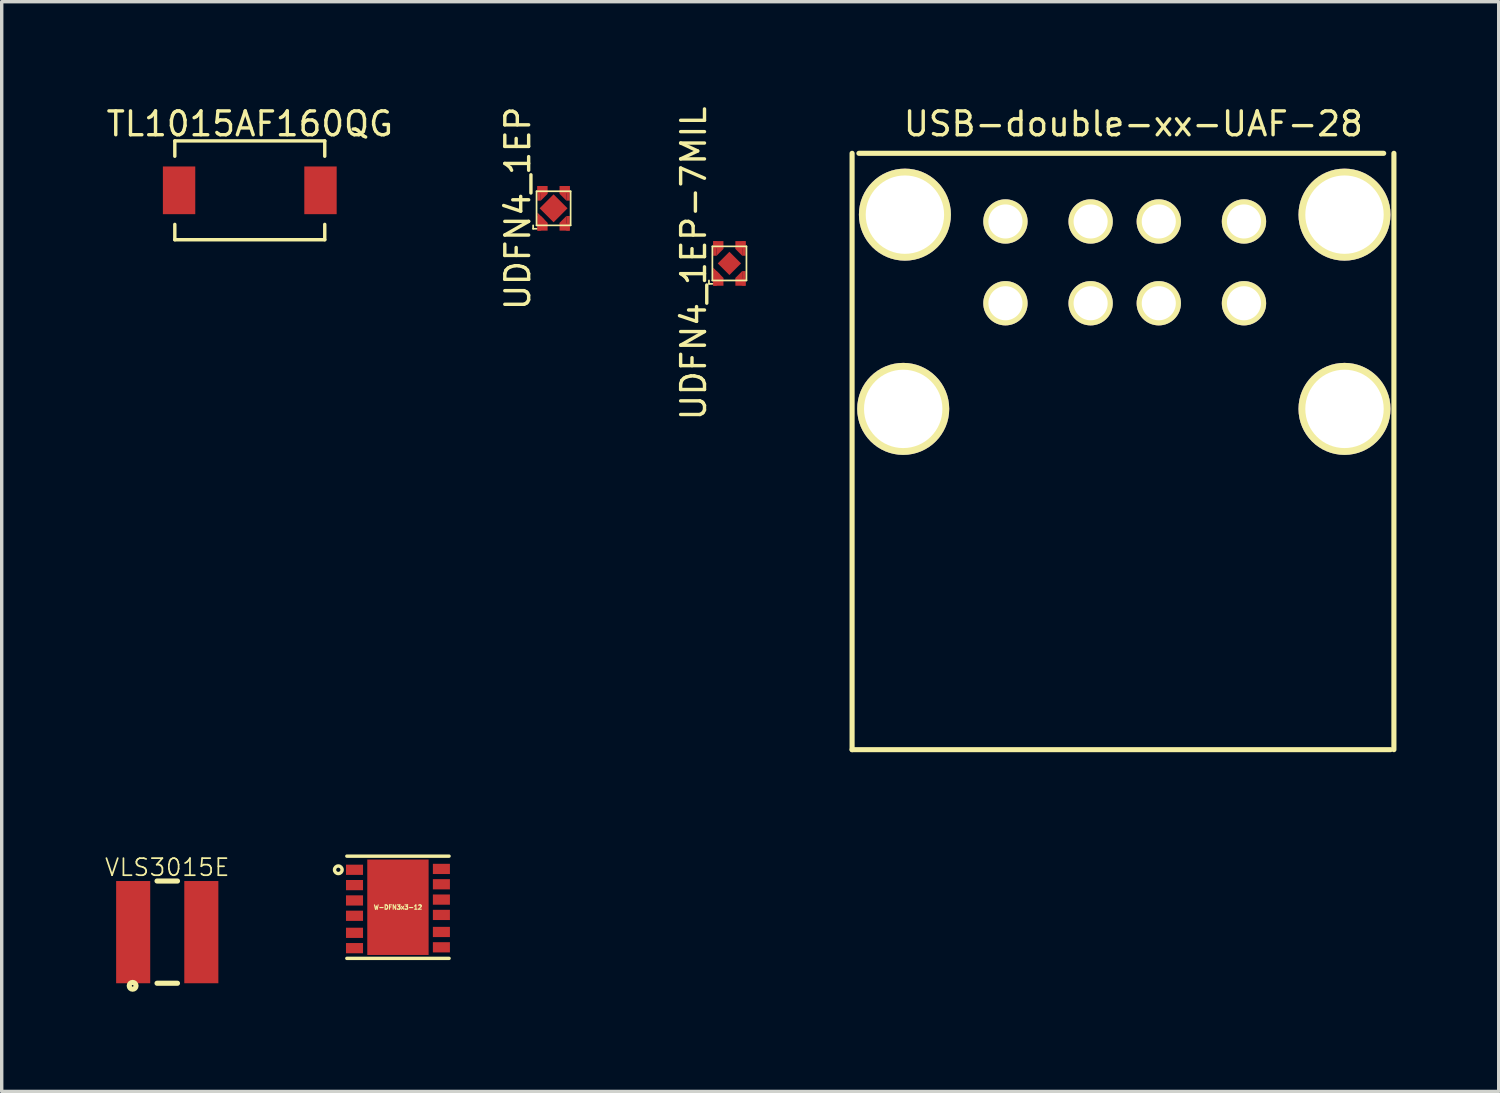
<source format=kicad_pcb>
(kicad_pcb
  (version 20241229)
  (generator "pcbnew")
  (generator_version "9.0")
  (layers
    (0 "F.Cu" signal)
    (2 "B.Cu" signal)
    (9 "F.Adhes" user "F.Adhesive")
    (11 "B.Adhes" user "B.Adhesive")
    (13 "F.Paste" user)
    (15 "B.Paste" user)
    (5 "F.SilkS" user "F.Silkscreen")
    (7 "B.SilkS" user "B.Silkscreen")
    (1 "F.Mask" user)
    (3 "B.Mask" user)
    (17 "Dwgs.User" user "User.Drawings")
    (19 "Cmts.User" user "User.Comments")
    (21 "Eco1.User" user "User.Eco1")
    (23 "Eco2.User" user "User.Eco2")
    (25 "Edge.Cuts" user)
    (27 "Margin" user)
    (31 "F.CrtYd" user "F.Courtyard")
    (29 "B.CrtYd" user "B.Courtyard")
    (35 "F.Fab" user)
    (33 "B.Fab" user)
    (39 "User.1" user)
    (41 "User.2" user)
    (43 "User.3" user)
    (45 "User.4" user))
  (footprint "VLS3015E"
    (layer "F.Cu")
    (at 1.858 24.304)
    (property "Reference" "VLS3015E" (at 0 -1.9 0) (layer "F.SilkS") (effects (font (size 0.5 0.5) (thickness 0.05))))
    (attr through_hole)
    (fp_line (start -0.3 -1.5) (end 0.3 -1.5) (stroke (width 0.15) (type solid)) (layer "F.SilkS"))
    (fp_line (start -0.3 1.5) (end 0.3 1.5) (stroke (width 0.15) (type solid)) (layer "F.SilkS"))
    (fp_circle (center -1.016 1.575) (end -1.016 1.6) (stroke (width 0.15) (type solid)) (fill no) (layer "F.SilkS"))
    (pad "1" smd rect (at -1 0) (size 1 3) (layers "F.Cu" "F.Mask" "F.Paste"))
    (pad "2" smd rect (at 1 0) (size 1 3) (layers "F.Cu" "F.Mask" "F.Paste")))
  (footprint "W-DFN3x3-12"
    (layer "F.Cu")
    (at 8.628 23.574)
    (property "Reference" "W-DFN3x3-12" (at 0 0 0) (layer "F.SilkS") (effects (font (size 0.127 0.127) (thickness 0.032))))
    (attr through_hole)
    (fp_line (start -1.5 -1.5) (end 1.5 -1.5) (stroke (width 0.1) (type solid)) (layer "F.SilkS"))
    (fp_line (start -1.5 1.5) (end 1.5 1.5) (stroke (width 0.1) (type solid)) (layer "F.SilkS"))
    (fp_circle (center -1.75 -1.1) (end -1.65 -1.05) (stroke (width 0.1) (type solid)) (fill no) (layer "F.SilkS"))
    (pad "1" smd rect (at -1.275 -1.1) (size 0.5 0.3) (layers "F.Cu" "F.Mask" "F.Paste"))
    (pad "2" smd rect (at -1.275 -0.65) (size 0.5 0.3) (layers "F.Cu" "F.Mask" "F.Paste"))
    (pad "3" smd rect (at -1.275 -0.2) (size 0.5 0.3) (layers "F.Cu" "F.Mask" "F.Paste"))
    (pad "4" smd rect (at -1.275 0.25) (size 0.5 0.3) (layers "F.Cu" "F.Mask" "F.Paste"))
    (pad "5" smd rect (at -1.275 0.75) (size 0.5 0.3) (layers "F.Cu" "F.Mask" "F.Paste"))
    (pad "6" smd rect (at -1.275 1.2) (size 0.5 0.3) (layers "F.Cu" "F.Mask" "F.Paste"))
    (pad "7" smd rect (at 1.275 1.175) (size 0.5 0.3) (layers "F.Cu" "F.Mask" "F.Paste"))
    (pad "8" smd rect (at 1.275 0.725) (size 0.5 0.3) (layers "F.Cu" "F.Mask" "F.Paste"))
    (pad "9" smd rect (at 1.275 0.225) (size 0.5 0.3) (layers "F.Cu" "F.Mask" "F.Paste"))
    (pad "10" smd rect (at 1.275 -0.225) (size 0.5 0.3) (layers "F.Cu" "F.Mask" "F.Paste"))
    (pad "11" smd rect (at 1.275 -0.675) (size 0.5 0.3) (layers "F.Cu" "F.Mask" "F.Paste"))
    (pad "12" smd rect (at 1.275 -1.125) (size 0.5 0.3) (layers "F.Cu" "F.Mask" "F.Paste"))
    (pad "13" smd rect (at 0 0) (size 1.8 2.8) (layers "F.Cu" "F.Mask" "F.Paste")))
  (footprint "UDFN4_1EP"
    (layer "F.Cu")
    (at 13.195 3.063)
    (property "Reference" "UDFN4_1EP" (at -1.05 0 90) (layer "F.SilkS") (effects (font (size 0.7 0.7) (thickness 0.1))))
    (attr through_hole)
    (fp_line (start -0.6 0.6) (end -0.6 0.5) (stroke (width 0.05) (type solid)) (layer "F.SilkS"))
    (fp_line (start -0.6 0.6) (end -0.5 0.6) (stroke (width 0.05) (type solid)) (layer "F.SilkS"))
    (fp_line (start -0.5 -0.5) (end 0.5 -0.5) (stroke (width 0.05) (type solid)) (layer "F.SilkS"))
    (fp_line (start -0.5 0.5) (end -0.5 -0.5) (stroke (width 0.05) (type solid)) (layer "F.SilkS"))
    (fp_line (start 0.5 -0.5) (end 0.5 0.5) (stroke (width 0.05) (type solid)) (layer "F.SilkS"))
    (fp_line (start 0.5 0.5) (end -0.5 0.5) (stroke (width 0.05) (type solid)) (layer "F.SilkS"))
    (pad "1" smd rect (at -0.425 0.44) (size 0.1 0.43) (layers "F.Cu" "F.Mask" "F.Paste"))
    (pad "1" smd trapezoid (at -0.375 0.34) (size 0.2 0.23) (rect_delta 0.2 0) (layers "F.Cu" "F.Mask" "F.Paste"))
    (pad "1" smd rect (at -0.325 0.55) (size 0.3 0.21) (layers "F.Cu" "F.Mask" "F.Paste"))
    (pad "1" smd trapezoid (at -0.275 0.44) (size 0.2 0.23) (rect_delta 0.2 0) (layers "F.Cu" "F.Mask" "F.Paste"))
    (pad "2" smd trapezoid (at 0.275 0.44 180) (size 0.2 0.23) (rect_delta 0.2 0) (layers "F.Cu" "F.Mask" "F.Paste"))
    (pad "2" smd rect (at 0.325 0.55) (size 0.3 0.21) (layers "F.Cu" "F.Mask" "F.Paste"))
    (pad "2" smd rect (at 0.425 0.44) (size 0.1 0.43) (layers "F.Cu" "F.Mask" "F.Paste"))
    (pad "3" smd trapezoid (at 0.275 -0.44 180) (size 0.2 0.23) (rect_delta 0.2 0) (layers "F.Cu" "F.Mask" "F.Paste"))
    (pad "3" smd rect (at 0.325 -0.55) (size 0.3 0.21) (layers "F.Cu" "F.Mask" "F.Paste"))
    (pad "3" smd rect (at 0.425 -0.44) (size 0.1 0.43) (layers "F.Cu" "F.Mask" "F.Paste"))
    (pad "4" smd rect (at -0.425 -0.44) (size 0.1 0.43) (layers "F.Cu" "F.Mask" "F.Paste"))
    (pad "4" smd rect (at -0.325 -0.55) (size 0.3 0.21) (layers "F.Cu" "F.Mask" "F.Paste"))
    (pad "4" smd trapezoid (at -0.275 -0.44) (size 0.2 0.23) (rect_delta 0.2 0) (layers "F.Cu" "F.Mask" "F.Paste"))
    (pad "5" smd rect (at 0 0 45) (size 0.58 0.58) (layers "F.Cu" "F.Mask" "F.Paste")))
  (footprint "USB-double-xx-UAF-28"
    (layer "F.Cu")
    (at 29.955 4.649)
    (property "Reference" "USB-double-xx-UAF-28" (at 0.254 -4.064 180) (layer "F.SilkS") (effects (font (size 0.7 0.7) (thickness 0.1))))
    (attr through_hole)
    (fp_line (start -8 -3.2) (end -8 14.3) (stroke (width 0.15) (type solid)) (layer "F.SilkS"))
    (fp_line (start -8 14.3) (end 7.8 14.3) (stroke (width 0.15) (type solid)) (layer "F.SilkS"))
    (fp_line (start -7.8 -3.2) (end 7.6 -3.2) (stroke (width 0.15) (type solid)) (layer "F.SilkS"))
    (fp_line (start 7.9 -3.2) (end 7.9 14.3) (stroke (width 0.15) (type solid)) (layer "F.SilkS"))
    (pad "1" thru_hole circle (at -3.5 -1.2) (size 1.3 1.3) (drill 1) (layers "*.Cu" "*.Mask" "F.SilkS"))
    (pad "2" thru_hole circle (at -1 -1.2) (size 1.3 1.3) (drill 1) (layers "*.Cu" "*.Mask" "F.SilkS"))
    (pad "3" thru_hole circle (at 1 -1.2) (size 1.3 1.3) (drill 1) (layers "*.Cu" "*.Mask" "F.SilkS"))
    (pad "4" thru_hole circle (at 3.5 -1.2) (size 1.3 1.3) (drill 1) (layers "*.Cu" "*.Mask" "F.SilkS"))
    (pad "5" thru_hole circle (at -3.5 1.2) (size 1.3 1.3) (drill 1) (layers "*.Cu" "*.Mask" "F.SilkS"))
    (pad "6" thru_hole circle (at -1 1.2) (size 1.3 1.3) (drill 1) (layers "*.Cu" "*.Mask" "F.SilkS"))
    (pad "7" thru_hole circle (at 1 1.2) (size 1.3 1.3) (drill 1) (layers "*.Cu" "*.Mask" "F.SilkS"))
    (pad "8" thru_hole circle (at 3.5 1.2) (size 1.3 1.3) (drill 1) (layers "*.Cu" "*.Mask" "F.SilkS"))
    (pad "9" thru_hole circle (at 6.45 -1.4) (size 2.7 2.7) (drill 2.3) (layers "*.Cu" "*.Mask" "F.SilkS"))
    (pad "10" thru_hole circle (at -6.45 -1.4) (size 2.7 2.7) (drill 2.3) (layers "*.Cu" "*.Mask" "F.SilkS"))
    (pad "11" thru_hole circle (at 6.45 4.3) (size 2.7 2.7) (drill 2.3) (layers "*.Cu" "*.Mask" "F.SilkS"))
    (pad "12" thru_hole circle (at -6.5 4.3) (size 2.7 2.7) (drill 2.3) (layers "*.Cu" "*.Mask" "F.SilkS")))
  (footprint "UDFN4_1EP-7MIL"
    (layer "F.Cu")
    (at 18.355 4.68)
    (property "Reference" "UDFN4_1EP-7MIL" (at -1.05 0 90) (layer "F.SilkS") (effects (font (size 0.7 0.7) (thickness 0.1))))
    (attr through_hole)
    (fp_line (start -0.6 0.6) (end -0.6 0.5) (stroke (width 0.05) (type solid)) (layer "F.SilkS"))
    (fp_line (start -0.6 0.6) (end -0.5 0.6) (stroke (width 0.05) (type solid)) (layer "F.SilkS"))
    (fp_line (start -0.5 -0.5) (end 0.5 -0.5) (stroke (width 0.05) (type solid)) (layer "F.SilkS"))
    (fp_line (start -0.5 0.5) (end -0.5 -0.5) (stroke (width 0.05) (type solid)) (layer "F.SilkS"))
    (fp_line (start 0.5 -0.5) (end 0.5 0.5) (stroke (width 0.05) (type solid)) (layer "F.SilkS"))
    (fp_line (start 0.5 0.5) (end -0.5 0.5) (stroke (width 0.05) (type solid)) (layer "F.SilkS"))
    (pad "1" smd rect (at -0.425 0.44) (size 0.1 0.43) (layers "F.Cu" "F.Mask" "F.Paste"))
    (pad "1" smd trapezoid (at -0.375 0.34) (size 0.2 0.23) (rect_delta 0.2 0) (layers "F.Cu" "F.Mask" "F.Paste"))
    (pad "1" smd rect (at -0.325 0.55) (size 0.3 0.21) (layers "F.Cu" "F.Mask" "F.Paste"))
    (pad "1" smd trapezoid (at -0.275 0.44) (size 0.2 0.23) (rect_delta 0.2 0) (layers "F.Cu" "F.Mask" "F.Paste"))
    (pad "2" smd trapezoid (at 0.275 0.44 180) (size 0.2 0.23) (rect_delta 0.2 0) (layers "F.Cu" "F.Mask" "F.Paste"))
    (pad "2" smd rect (at 0.325 0.55) (size 0.3 0.21) (layers "F.Cu" "F.Mask" "F.Paste"))
    (pad "2" smd rect (at 0.425 0.44) (size 0.1 0.43) (layers "F.Cu" "F.Mask" "F.Paste"))
    (pad "3" smd trapezoid (at 0.275 -0.44 180) (size 0.2 0.23) (rect_delta 0.2 0) (layers "F.Cu" "F.Mask" "F.Paste"))
    (pad "3" smd rect (at 0.325 -0.55) (size 0.3 0.21) (layers "F.Cu" "F.Mask" "F.Paste"))
    (pad "3" smd rect (at 0.425 -0.44) (size 0.1 0.43) (layers "F.Cu" "F.Mask" "F.Paste"))
    (pad "4" smd rect (at -0.425 -0.44) (size 0.1 0.43) (layers "F.Cu" "F.Mask" "F.Paste"))
    (pad "4" smd rect (at -0.325 -0.55) (size 0.3 0.21) (layers "F.Cu" "F.Mask" "F.Paste"))
    (pad "4" smd trapezoid (at -0.275 -0.44) (size 0.2 0.23) (rect_delta 0.2 0) (layers "F.Cu" "F.Mask" "F.Paste"))
    (pad "5" smd rect (at 0 0 45) (size 0.483 0.483) (layers "F.Cu" "F.Mask" "F.Paste")))
  (footprint "TL1015AF160QG"
    (layer "F.Cu")
    (at 4.28 2.535)
    (property "Reference" "TL1015AF160QG" (at 0 -1.95 0) (layer "F.SilkS") (effects (font (size 0.7 0.7) (thickness 0.1))))
    (attr through_hole)
    (fp_line (start -2.2 -1.45) (end 2.2 -1.45) (stroke (width 0.1) (type solid)) (layer "F.SilkS"))
    (fp_line (start -2.2 -1) (end -2.2 -1.45) (stroke (width 0.1) (type solid)) (layer "F.SilkS"))
    (fp_line (start -2.2 1.45) (end -2.2 1) (stroke (width 0.1) (type solid)) (layer "F.SilkS"))
    (fp_line (start -2.2 1.45) (end 2.2 1.45) (stroke (width 0.1) (type solid)) (layer "F.SilkS"))
    (fp_line (start 2.2 -1.45) (end 2.2 -1) (stroke (width 0.1) (type solid)) (layer "F.SilkS"))
    (fp_line (start 2.2 1) (end 2.2 1.45) (stroke (width 0.1) (type solid)) (layer "F.SilkS"))
    (pad "1" smd rect (at -2.075 0) (size 0.95 1.4) (layers "F.Cu" "F.Mask" "F.Paste"))
    (pad "2" smd rect (at 2.075 0) (size 0.95 1.4) (layers "F.Cu" "F.Mask" "F.Paste")))
  (gr_rect
    (start -3 -3)
    (end 40.93 28.979)
    (stroke (width 0.1) (type default))
    (fill no)
    (layer "Edge.Cuts")))
</source>
